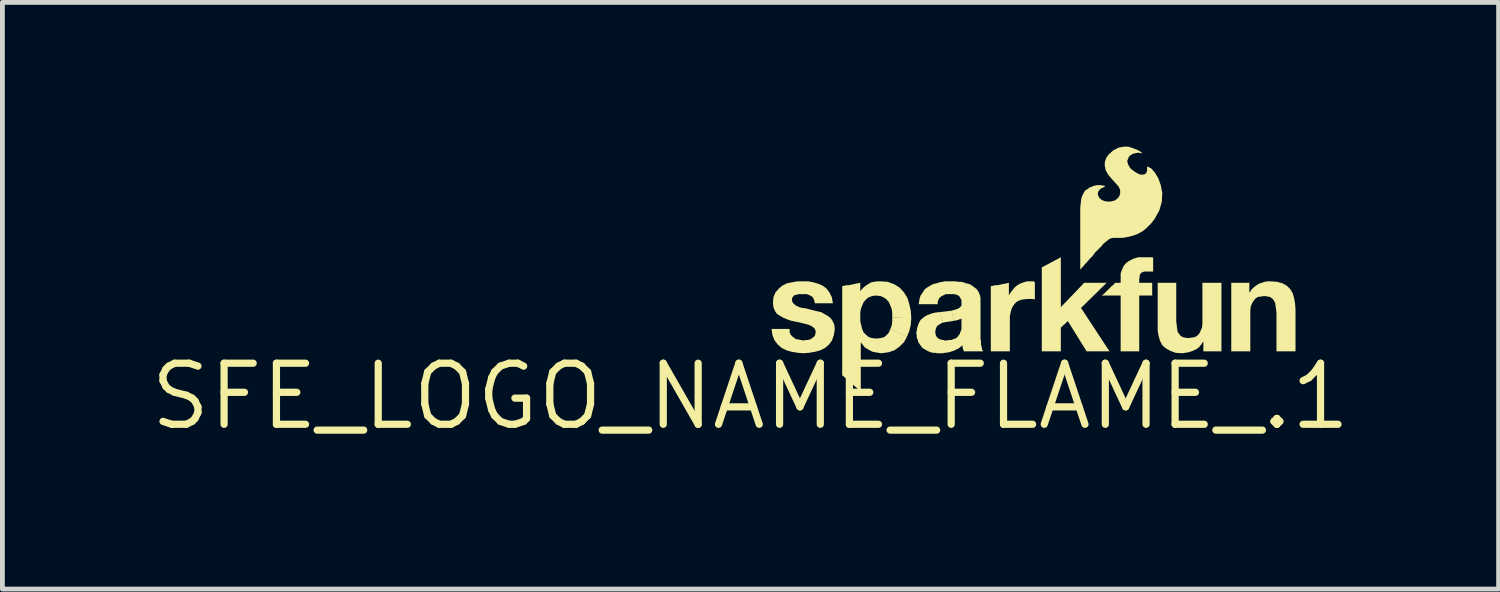
<source format=kicad_pcb>
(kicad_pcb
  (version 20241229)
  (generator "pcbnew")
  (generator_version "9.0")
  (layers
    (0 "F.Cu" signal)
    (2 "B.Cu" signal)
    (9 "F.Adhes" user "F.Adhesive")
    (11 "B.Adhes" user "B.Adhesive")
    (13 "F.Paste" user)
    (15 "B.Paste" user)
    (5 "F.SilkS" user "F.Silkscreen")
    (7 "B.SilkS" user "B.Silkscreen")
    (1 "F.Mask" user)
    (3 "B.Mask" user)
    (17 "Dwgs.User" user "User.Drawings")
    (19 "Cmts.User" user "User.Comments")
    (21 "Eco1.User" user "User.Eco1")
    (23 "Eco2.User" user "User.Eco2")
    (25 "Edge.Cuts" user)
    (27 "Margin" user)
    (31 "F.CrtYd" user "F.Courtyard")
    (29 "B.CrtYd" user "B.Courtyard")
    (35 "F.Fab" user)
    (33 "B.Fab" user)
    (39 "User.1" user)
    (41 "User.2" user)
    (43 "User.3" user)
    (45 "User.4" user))
  (footprint "SFE_LOGO_NAME_FLAME_.1"
    (layer "F.Cu")
    (at 12.556 5.193)
    (property "Reference" "SFE_LOGO_NAME_FLAME_.1" (at 0 0 0) (layer "F.SilkS") (effects (font (size 1.27 1.27) (thickness 0.15))))
    (fp_poly (pts (xy 3.343 -1.632) (xy 3.333 -1.49) (xy 3.302 -1.359) (xy 3.251 -1.237) (xy 2.907 -1.399) (xy 2.938 -1.481) (xy 2.947 -1.56) (xy 2.947 -1.643)) (stroke (width 0) (type default)) (fill yes) (layer "F.SilkS"))
    (fp_poly (pts (xy 6.453 -1.856) (xy 6.939 -2.363) (xy 7.406 -2.363) (xy 6.873 -1.84) (xy 7.465 -0.937) (xy 6.989 -0.937) (xy 6.599 -1.566) (xy 6.453 -1.429) (xy 6.453 -0.937) (xy 6.057 -0.937) (xy 6.057 -2.682) (xy 6.453 -2.894)) (stroke (width 0) (type default)) (fill yes) (layer "F.SilkS"))
    (fp_poly (pts (xy 4.233 -1.579) (xy 4.211 -1.567) (xy 4.19 -1.567) (xy 4.16 -1.557) (xy 4.12 -1.557) (xy 4.09 -1.547) (xy 4.051 -1.547) (xy 4.031 -1.537) (xy 4.008 -1.537) (xy 3.926 -1.752) (xy 4.02 -1.763) (xy 4.11 -1.773) (xy 4.182 -1.783)) (stroke (width 0) (type default)) (fill yes) (layer "F.SilkS"))
    (fp_poly (pts (xy 8.373 -2.882) (xy 8.373 -2.597) (xy 8.2 -2.597) (xy 8.161 -2.588) (xy 8.122 -2.568) (xy 8.102 -2.539) (xy 8.093 -2.519) (xy 8.093 -2.48) (xy 8.083 -2.44) (xy 8.083 -2.363) (xy 8.353 -2.363) (xy 8.353 -2.097) (xy 8.083 -2.097) (xy 8.083 -0.937) (xy 7.697 -0.937) (xy 7.697 -2.097) (xy 7.302 -2.097) (xy 7.348 -2.132) (xy 7.508 -2.292) (xy 7.548 -2.322) (xy 7.579 -2.363) (xy 7.697 -2.363) (xy 7.697 -2.56) (xy 7.728 -2.641) (xy 7.758 -2.711) (xy 7.808 -2.772) (xy 7.879 -2.822) (xy 7.959 -2.862) (xy 8.06 -2.893) (xy 8.351 -2.893)) (stroke (width 0) (type default)) (fill yes) (layer "F.SilkS"))
    (fp_poly (pts (xy 5.901 -2.383) (xy 5.913 -2.383) (xy 5.913 -2.017) (xy 5.899 -2.017) (xy 5.879 -2.027) (xy 5.77 -2.027) (xy 5.67 -2.017) (xy 5.591 -1.998) (xy 5.522 -1.958) (xy 5.472 -1.899) (xy 5.432 -1.829) (xy 5.412 -1.759) (xy 5.393 -1.67) (xy 5.393 -0.937) (xy 4.997 -0.937) (xy 4.997 -2.292) (xy 5.049 -2.302) (xy 5.09 -2.313) (xy 5.14 -2.313) (xy 5.189 -2.322) (xy 5.229 -2.332) (xy 5.28 -2.342) (xy 5.329 -2.352) (xy 5.373 -2.363) (xy 5.373 -2.1) (xy 5.408 -2.161) (xy 5.448 -2.212) (xy 5.498 -2.272) (xy 5.549 -2.312) (xy 5.619 -2.352) (xy 5.679 -2.372) (xy 5.75 -2.393) (xy 5.891 -2.393)) (stroke (width 0) (type default)) (fill yes) (layer "F.SilkS"))
    (fp_poly (pts (xy 8.853 -1.56) (xy 8.863 -1.48) (xy 8.873 -1.4) (xy 8.882 -1.341) (xy 8.912 -1.302) (xy 8.942 -1.262) (xy 8.991 -1.232) (xy 9.04 -1.222) (xy 9.1 -1.213) (xy 9.18 -1.223) (xy 9.239 -1.232) (xy 9.288 -1.262) (xy 9.328 -1.302) (xy 9.358 -1.361) (xy 9.388 -1.431) (xy 9.397 -1.51) (xy 9.397 -2.363) (xy 9.793 -2.363) (xy 9.793 -0.937) (xy 9.417 -0.937) (xy 9.417 -1.137) (xy 9.411 -1.137) (xy 9.372 -1.078) (xy 9.332 -1.028) (xy 9.281 -0.988) (xy 9.221 -0.958) (xy 9.171 -0.938) (xy 9.111 -0.918) (xy 9.04 -0.907) (xy 8.98 -0.897) (xy 8.839 -0.907) (xy 8.729 -0.948) (xy 8.639 -0.998) (xy 8.568 -1.058) (xy 8.518 -1.149) (xy 8.488 -1.249) (xy 8.467 -1.36) (xy 8.467 -2.363) (xy 8.853 -2.363)) (stroke (width 0) (type default)) (fill yes) (layer "F.SilkS"))
    (fp_poly (pts (xy 10.95 -2.383) (xy 11.061 -2.352) (xy 11.152 -2.302) (xy 11.222 -2.232) (xy 11.272 -2.151) (xy 11.302 -2.051) (xy 11.323 -1.94) (xy 11.333 -1.81) (xy 11.333 -0.937) (xy 10.937 -0.937) (xy 10.937 -1.74) (xy 10.927 -1.82) (xy 10.917 -1.89) (xy 10.908 -1.949) (xy 10.878 -1.999) (xy 10.848 -2.038) (xy 10.799 -2.068) (xy 10.75 -2.078) (xy 10.69 -2.087) (xy 10.61 -2.077) (xy 10.551 -2.068) (xy 10.502 -2.038) (xy 10.462 -1.989) (xy 10.432 -1.939) (xy 10.402 -1.869) (xy 10.393 -1.78) (xy 10.393 -0.937) (xy 9.997 -0.937) (xy 9.997 -2.363) (xy 10.373 -2.363) (xy 10.373 -2.163) (xy 10.379 -2.163) (xy 10.418 -2.222) (xy 10.458 -2.262) (xy 10.508 -2.302) (xy 10.569 -2.342) (xy 10.629 -2.362) (xy 10.689 -2.382) (xy 10.75 -2.393) (xy 10.81 -2.393)) (stroke (width 0) (type default)) (fill yes) (layer "F.SilkS"))
    (fp_poly (pts (xy 2.851 -2.383) (xy 2.991 -2.332) (xy 3.102 -2.262) (xy 3.192 -2.162) (xy 3.262 -2.051) (xy 3.302 -1.921) (xy 3.333 -1.78) (xy 3.343 -1.627) (xy 2.947 -1.638) (xy 2.947 -1.73) (xy 2.938 -1.809) (xy 2.908 -1.889) (xy 2.878 -1.959) (xy 2.828 -2.018) (xy 2.769 -2.058) (xy 2.699 -2.088) (xy 2.61 -2.097) (xy 2.531 -2.088) (xy 2.451 -2.058) (xy 2.402 -2.018) (xy 2.352 -1.959) (xy 2.322 -1.889) (xy 2.292 -1.809) (xy 2.283 -1.73) (xy 2.283 -1.56) (xy 2.302 -1.481) (xy 2.322 -1.401) (xy 2.352 -1.331) (xy 2.402 -1.282) (xy 2.461 -1.232) (xy 2.53 -1.212) (xy 2.62 -1.203) (xy 2.7 -1.212) (xy 2.779 -1.232) (xy 2.838 -1.282) (xy 2.878 -1.331) (xy 2.909 -1.403) (xy 3.254 -1.241) (xy 3.192 -1.128) (xy 3.102 -1.038) (xy 2.991 -0.958) (xy 2.871 -0.918) (xy 2.72 -0.897) (xy 2.66 -0.907) (xy 2.6 -0.917) (xy 2.539 -0.928) (xy 2.479 -0.958) (xy 2.429 -0.988) (xy 2.378 -1.018) (xy 2.338 -1.068) (xy 2.299 -1.117) (xy 2.293 -1.117) (xy 2.293 -0.094) (xy 2.198 -0.188) (xy 2.098 -0.268) (xy 2.048 -0.308) (xy 1.998 -0.358) (xy 1.958 -0.398) (xy 1.907 -0.439) (xy 1.907 -2.292) (xy 1.949 -2.302) (xy 2 -2.313) (xy 2.05 -2.313) (xy 2.089 -2.322) (xy 2.139 -2.332) (xy 2.179 -2.342) (xy 2.23 -2.352) (xy 2.283 -2.363) (xy 2.283 -2.187) (xy 2.318 -2.232) (xy 2.358 -2.272) (xy 2.409 -2.312) (xy 2.459 -2.342) (xy 2.509 -2.372) (xy 2.57 -2.383) (xy 2.63 -2.393) (xy 2.7 -2.393)) (stroke (width 0) (type default)) (fill yes) (layer "F.SilkS"))
    (fp_poly (pts (xy 1.311 -2.372) (xy 1.411 -2.342) (xy 1.501 -2.302) (xy 1.582 -2.242) (xy 1.642 -2.161) (xy 1.692 -2.061) (xy 1.713 -1.937) (xy 1.338 -1.937) (xy 1.328 -1.989) (xy 1.308 -2.039) (xy 1.288 -2.068) (xy 1.259 -2.088) (xy 1.219 -2.108) (xy 1.17 -2.127) (xy 1 -2.127) (xy 0.971 -2.118) (xy 0.931 -2.108) (xy 0.902 -2.098) (xy 0.882 -2.069) (xy 0.863 -2.039) (xy 0.863 -2) (xy 0.872 -1.961) (xy 0.902 -1.922) (xy 0.941 -1.892) (xy 1.001 -1.862) (xy 1.061 -1.842) (xy 1.14 -1.833) (xy 1.221 -1.812) (xy 1.381 -1.772) (xy 1.471 -1.752) (xy 1.541 -1.712) (xy 1.611 -1.672) (xy 1.672 -1.622) (xy 1.712 -1.561) (xy 1.742 -1.491) (xy 1.753 -1.4) (xy 1.732 -1.269) (xy 1.692 -1.159) (xy 1.632 -1.078) (xy 1.551 -1.008) (xy 1.451 -0.958) (xy 1.341 -0.928) (xy 1.22 -0.907) (xy 1.1 -0.897) (xy 0.98 -0.907) (xy 0.859 -0.928) (xy 0.749 -0.958) (xy 0.649 -1.008) (xy 0.568 -1.078) (xy 0.498 -1.169) (xy 0.458 -1.269) (xy 0.437 -1.403) (xy 0.813 -1.403) (xy 0.813 -1.34) (xy 0.832 -1.291) (xy 0.862 -1.252) (xy 0.902 -1.222) (xy 0.941 -1.192) (xy 1 -1.182) (xy 1.05 -1.172) (xy 1.11 -1.163) (xy 1.15 -1.173) (xy 1.19 -1.173) (xy 1.229 -1.182) (xy 1.269 -1.202) (xy 1.308 -1.232) (xy 1.338 -1.261) (xy 1.348 -1.301) (xy 1.357 -1.34) (xy 1.348 -1.379) (xy 1.328 -1.418) (xy 1.289 -1.448) (xy 1.239 -1.478) (xy 1.179 -1.498) (xy 1.099 -1.518) (xy 1.019 -1.538) (xy 0.919 -1.558) (xy 0.829 -1.578) (xy 0.749 -1.608) (xy 0.679 -1.638) (xy 0.609 -1.678) (xy 0.548 -1.718) (xy 0.508 -1.779) (xy 0.478 -1.849) (xy 0.467 -1.94) (xy 0.477 -2.061) (xy 0.518 -2.161) (xy 0.588 -2.242) (xy 0.659 -2.302) (xy 0.759 -2.352) (xy 0.86 -2.372) (xy 0.97 -2.393) (xy 1.2 -2.393)) (stroke (width 0) (type default)) (fill yes) (layer "F.SilkS"))
    (fp_poly (pts (xy 7.951 -5.162) (xy 8.031 -5.132) (xy 8.091 -5.102) (xy 8.132 -5.072) (xy 8.146 -5.057) (xy 8.11 -5.057) (xy 8.08 -5.067) (xy 8.05 -5.067) (xy 8.011 -5.058) (xy 7.961 -5.048) (xy 7.921 -5.028) (xy 7.882 -4.998) (xy 7.862 -4.969) (xy 7.852 -4.939) (xy 7.842 -4.919) (xy 7.833 -4.89) (xy 7.842 -4.861) (xy 7.852 -4.821) (xy 7.872 -4.791) (xy 7.892 -4.752) (xy 7.922 -4.722) (xy 7.951 -4.702) (xy 7.991 -4.672) (xy 8.021 -4.652) (xy 8.101 -4.613) (xy 8.17 -4.613) (xy 8.199 -4.622) (xy 8.228 -4.642) (xy 8.238 -4.671) (xy 8.247 -4.7) (xy 8.247 -4.784) (xy 8.332 -4.742) (xy 8.412 -4.651) (xy 8.482 -4.531) (xy 8.532 -4.391) (xy 8.563 -4.23) (xy 8.553 -4.05) (xy 8.502 -3.869) (xy 8.402 -3.689) (xy 8.332 -3.598) (xy 8.252 -3.518) (xy 8.172 -3.448) (xy 8.071 -3.388) (xy 7.971 -3.348) (xy 7.861 -3.318) (xy 7.74 -3.297) (xy 7.55 -3.297) (xy 7.491 -3.288) (xy 7.441 -3.258) (xy 7.392 -3.218) (xy 7.342 -3.178) (xy 7.292 -3.118) (xy 7.232 -3.058) (xy 7.162 -2.988) (xy 7.112 -2.918) (xy 7.052 -2.858) (xy 7.002 -2.798) (xy 6.952 -2.748) (xy 6.922 -2.708) (xy 6.892 -2.678) (xy 6.871 -2.647) (xy 6.857 -2.647) (xy 6.857 -3.93) (xy 6.867 -4.02) (xy 6.878 -4.111) (xy 6.898 -4.171) (xy 6.928 -4.231) (xy 6.958 -4.282) (xy 7.009 -4.312) (xy 7.049 -4.342) (xy 7.099 -4.362) (xy 7.149 -4.382) (xy 7.21 -4.393) (xy 7.29 -4.393) (xy 7.33 -4.383) (xy 7.351 -4.383) (xy 7.374 -4.371) (xy 7.362 -4.358) (xy 7.341 -4.348) (xy 7.321 -4.338) (xy 7.291 -4.328) (xy 7.252 -4.288) (xy 7.232 -4.259) (xy 7.223 -4.23) (xy 7.223 -4.2) (xy 7.232 -4.171) (xy 7.252 -4.132) (xy 7.282 -4.102) (xy 7.311 -4.082) (xy 7.361 -4.062) (xy 7.41 -4.053) (xy 7.49 -4.053) (xy 7.569 -4.072) (xy 7.628 -4.112) (xy 7.668 -4.161) (xy 7.687 -4.22) (xy 7.687 -4.289) (xy 7.658 -4.359) (xy 7.588 -4.438) (xy 7.508 -4.528) (xy 7.438 -4.609) (xy 7.388 -4.699) (xy 7.367 -4.79) (xy 7.367 -4.87) (xy 7.398 -4.961) (xy 7.448 -5.032) (xy 7.539 -5.112) (xy 7.649 -5.172) (xy 7.76 -5.193) (xy 7.86 -5.193)) (stroke (width 0) (type default)) (fill yes) (layer "F.SilkS"))
    (fp_poly (pts (xy 4.32 -2.383) (xy 4.38 -2.383) (xy 4.431 -2.372) (xy 4.481 -2.352) (xy 4.531 -2.342) (xy 4.581 -2.322) (xy 4.622 -2.292) (xy 4.662 -2.262) (xy 4.702 -2.232) (xy 4.732 -2.191) (xy 4.752 -2.151) (xy 4.772 -2.101) (xy 4.783 -2.05) (xy 4.783 -1.181) (xy 4.793 -1.161) (xy 4.793 -1.071) (xy 4.803 -1.051) (xy 4.803 -1.031) (xy 4.813 -1.011) (xy 4.813 -0.981) (xy 4.822 -0.962) (xy 4.833 -0.951) (xy 4.833 -0.937) (xy 4.437 -0.937) (xy 4.437 -0.949) (xy 4.427 -0.959) (xy 4.427 -0.969) (xy 4.417 -0.979) (xy 4.417 -1.009) (xy 4.407 -1.019) (xy 4.407 -1.072) (xy 4.392 -1.048) (xy 4.362 -1.028) (xy 4.342 -1.008) (xy 4.311 -0.988) (xy 4.281 -0.978) (xy 4.251 -0.958) (xy 4.221 -0.948) (xy 4.161 -0.928) (xy 4.13 -0.917) (xy 4.1 -0.917) (xy 4.07 -0.907) (xy 4.03 -0.907) (xy 4 -0.897) (xy 3.89 -0.897) (xy 3.84 -0.907) (xy 3.79 -0.907) (xy 3.749 -0.918) (xy 3.699 -0.938) (xy 3.659 -0.958) (xy 3.629 -0.978) (xy 3.588 -0.998) (xy 3.558 -1.028) (xy 3.538 -1.059) (xy 3.508 -1.099) (xy 3.488 -1.129) (xy 3.478 -1.179) (xy 3.457 -1.219) (xy 3.457 -1.27) (xy 3.447 -1.32) (xy 3.468 -1.431) (xy 3.498 -1.521) (xy 3.538 -1.592) (xy 3.609 -1.652) (xy 3.679 -1.692) (xy 3.759 -1.722) (xy 3.84 -1.743) (xy 3.932 -1.753) (xy 4.013 -1.538) (xy 3.981 -1.528) (xy 3.962 -1.518) (xy 3.952 -1.508) (xy 3.931 -1.498) (xy 3.912 -1.488) (xy 3.902 -1.478) (xy 3.882 -1.468) (xy 3.853 -1.409) (xy 3.853 -1.389) (xy 3.843 -1.369) (xy 3.843 -1.32) (xy 3.853 -1.29) (xy 3.853 -1.271) (xy 3.862 -1.252) (xy 3.872 -1.242) (xy 3.882 -1.222) (xy 3.902 -1.212) (xy 3.912 -1.202) (xy 3.931 -1.192) (xy 3.951 -1.183) (xy 3.971 -1.183) (xy 3.991 -1.173) (xy 4.011 -1.173) (xy 4.031 -1.163) (xy 4.08 -1.163) (xy 4.13 -1.173) (xy 4.179 -1.173) (xy 4.219 -1.192) (xy 4.259 -1.202) (xy 4.288 -1.222) (xy 4.308 -1.242) (xy 4.328 -1.272) (xy 4.348 -1.291) (xy 4.358 -1.321) (xy 4.368 -1.351) (xy 4.378 -1.371) (xy 4.387 -1.4) (xy 4.387 -1.624) (xy 4.371 -1.607) (xy 4.351 -1.607) (xy 4.311 -1.587) (xy 4.291 -1.587) (xy 4.271 -1.577) (xy 4.228 -1.577) (xy 4.177 -1.782) (xy 4.249 -1.802) (xy 4.309 -1.822) (xy 4.358 -1.852) (xy 4.387 -1.891) (xy 4.387 -1.999) (xy 4.368 -2.039) (xy 4.358 -2.058) (xy 4.348 -2.068) (xy 4.338 -2.088) (xy 4.319 -2.098) (xy 4.279 -2.117) (xy 4.259 -2.117) (xy 4.239 -2.127) (xy 4.061 -2.127) (xy 3.962 -2.078) (xy 3.922 -2.038) (xy 3.912 -2.019) (xy 3.902 -1.989) (xy 3.893 -1.969) (xy 3.893 -1.917) (xy 3.497 -1.917) (xy 3.507 -1.98) (xy 3.518 -2.041) (xy 3.538 -2.101) (xy 3.568 -2.141) (xy 3.598 -2.191) (xy 3.628 -2.232) (xy 3.669 -2.262) (xy 3.719 -2.292) (xy 3.769 -2.322) (xy 3.819 -2.342) (xy 3.869 -2.352) (xy 3.929 -2.372) (xy 3.99 -2.382) (xy 4.04 -2.393) (xy 4.27 -2.393)) (stroke (width 0) (type default)) (fill yes) (layer "F.SilkS")))
  (gr_rect
    (start -3 -3)
    (end 28.112 9.199)
    (stroke (width 0.1) (type default))
    (fill no)
    (layer "Edge.Cuts")))
</source>
